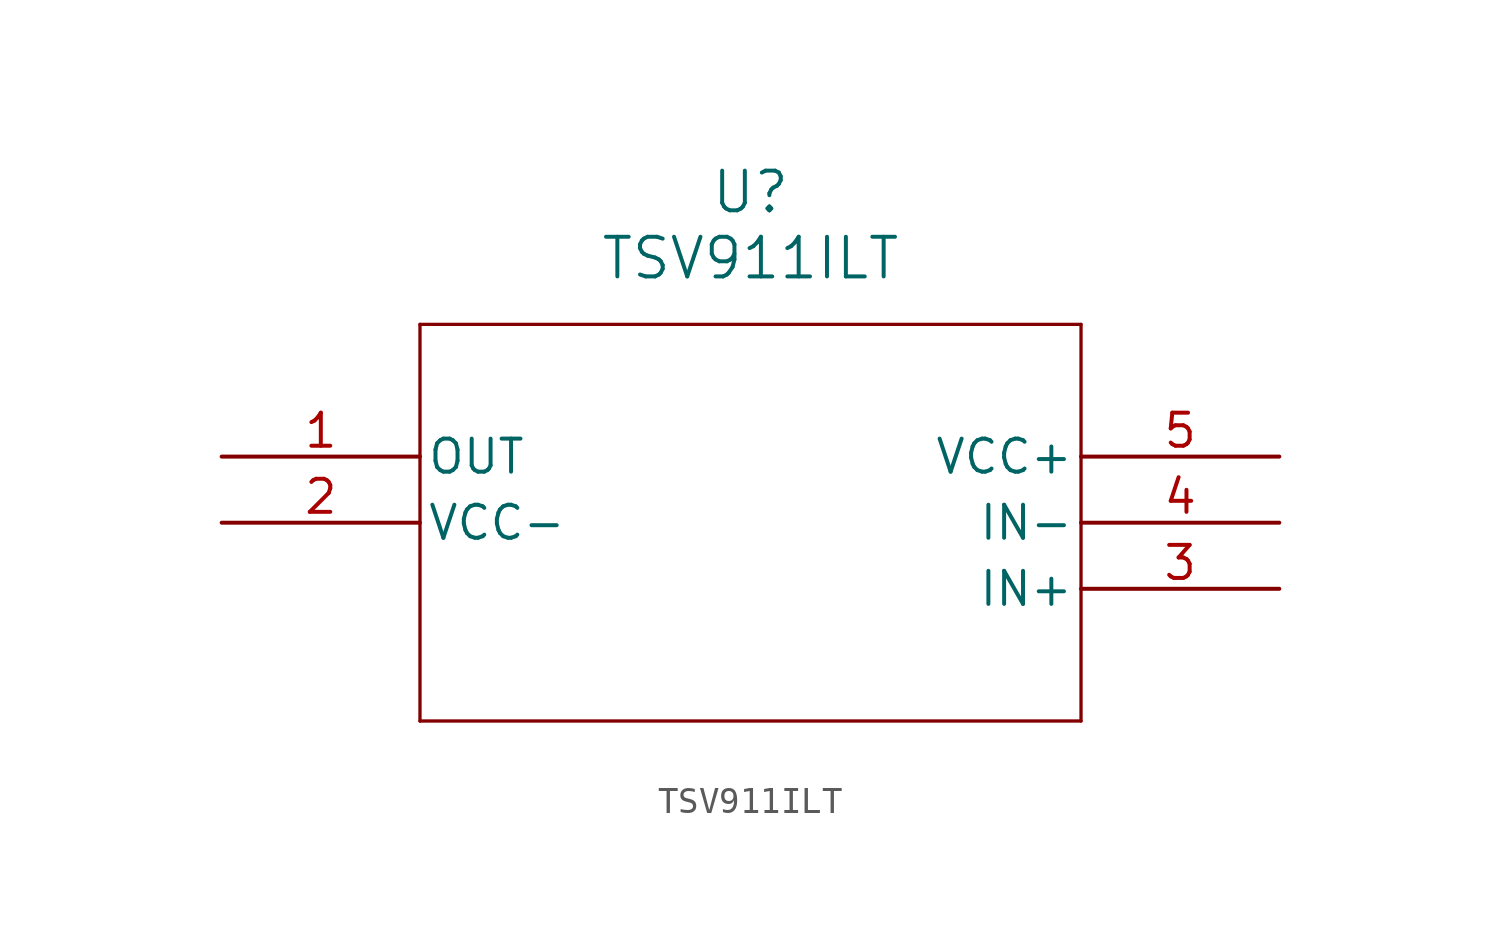
<source format=kicad_sym>
(kicad_symbol_lib
  (version 20211014)
  (generator kicad_symbol_editor)
  (symbol "TSV911ILT"
    (pin_names
      (offset 0.254))
    (property "Reference" "U"
      (at 20.32 10.16 0)
      (effects (font (size 1.524 1.524))))
    (property "Value" "TSV911ILT"
      (at 20.32 7.62 0)
      (effects (font (size 1.524 1.524))))
    (symbol "TSV911ILT_0_1"
      (polyline (pts (xy 7.62 5.08) (xy 7.62 -10.16)) (stroke (width 0.127) (type default) (color 0 0 0 0)) (fill (type none)))
      (polyline (pts (xy 7.62 -10.16) (xy 33.02 -10.16)) (stroke (width 0.127) (type default) (color 0 0 0 0)) (fill (type none)))
      (polyline (pts (xy 33.02 -10.16) (xy 33.02 5.08)) (stroke (width 0.127) (type default) (color 0 0 0 0)) (fill (type none)))
      (polyline (pts (xy 33.02 5.08) (xy 7.62 5.08)) (stroke (width 0.127) (type default) (color 0 0 0 0)) (fill (type none)))
      (pin output line (at 0 0 0) (length 7.62) (name "OUT" (effects (font (size 1.27 1.27)))) (number "1" (effects (font (size 1.27 1.27)))))
      (pin power_in line (at 0 -2.54 0) (length 7.62) (name "VCC-" (effects (font (size 1.27 1.27)))) (number "2" (effects (font (size 1.27 1.27)))))
      (pin input line (at 40.64 -5.08 180) (length 7.62) (name "IN+" (effects (font (size 1.27 1.27)))) (number "3" (effects (font (size 1.27 1.27)))))
      (pin input line (at 40.64 -2.54 180) (length 7.62) (name "IN-" (effects (font (size 1.27 1.27)))) (number "4" (effects (font (size 1.27 1.27)))))
      (pin power_in line (at 40.64 0 180) (length 7.62) (name "VCC+" (effects (font (size 1.27 1.27)))) (number "5" (effects (font (size 1.27 1.27))))))))
</source>
